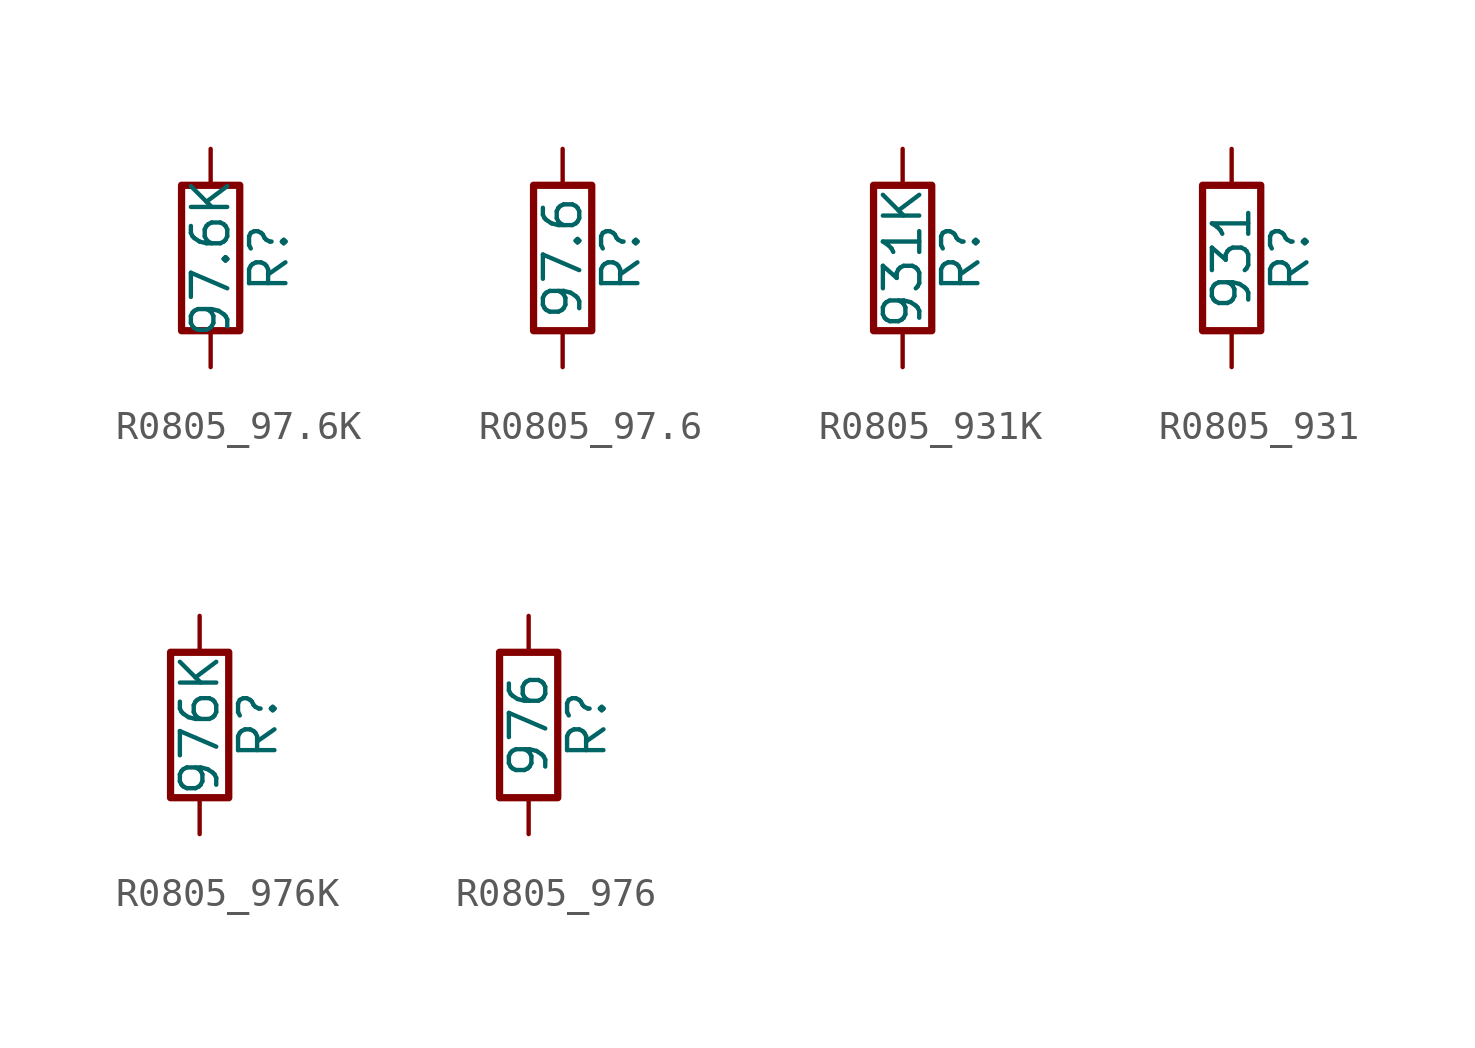
<source format=kicad_sym>
(kicad_symbol_lib
  (version 20211014)
  (generator atlantix-eda)
  (symbol "R0805_97.6K"
    (pin_numbers hide)
    (pin_names
      (offset 0))
    (property "Reference" "R"
      (at 2.032 0 90)
      (effects (font (size 1.27 1.27))))
    (property "Value" "97.6K"
      (at 0 0 90)
      (effects (font (size 1.27 1.27))))
    (symbol "R0805_97.6K_0_1"
      (rectangle (start -1.016 -2.54) (end 1.016 2.54) (stroke (width 0.254) (type default) (color 0 0 0 0)) (fill (type none))))
    (symbol "R0805_97.6K_1_1"
      (pin passive line (at 0 3.81 270) (length 1.27) (name "~" (effects (font (size 1.27 1.27)))) (number "1" (effects (font (size 1.27 1.27)))))
      (pin passive line (at 0 -3.81 90) (length 1.27) (name "~" (effects (font (size 1.27 1.27)))) (number "2" (effects (font (size 1.27 1.27)))))))
  (symbol "R0805_97.6"
    (pin_numbers hide)
    (pin_names
      (offset 0))
    (property "Reference" "R"
      (at 2.032 0 90)
      (effects (font (size 1.27 1.27))))
    (property "Value" "97.6"
      (at 0 0 90)
      (effects (font (size 1.27 1.27))))
    (symbol "R0805_97.6_0_1"
      (rectangle (start -1.016 -2.54) (end 1.016 2.54) (stroke (width 0.254) (type default) (color 0 0 0 0)) (fill (type none))))
    (symbol "R0805_97.6_1_1"
      (pin passive line (at 0 3.81 270) (length 1.27) (name "~" (effects (font (size 1.27 1.27)))) (number "1" (effects (font (size 1.27 1.27)))))
      (pin passive line (at 0 -3.81 90) (length 1.27) (name "~" (effects (font (size 1.27 1.27)))) (number "2" (effects (font (size 1.27 1.27)))))))
  (symbol "R0805_931K"
    (pin_numbers hide)
    (pin_names
      (offset 0))
    (property "Reference" "R"
      (at 2.032 0 90)
      (effects (font (size 1.27 1.27))))
    (property "Value" "931K"
      (at 0 0 90)
      (effects (font (size 1.27 1.27))))
    (symbol "R0805_931K_0_1"
      (rectangle (start -1.016 -2.54) (end 1.016 2.54) (stroke (width 0.254) (type default) (color 0 0 0 0)) (fill (type none))))
    (symbol "R0805_931K_1_1"
      (pin passive line (at 0 3.81 270) (length 1.27) (name "~" (effects (font (size 1.27 1.27)))) (number "1" (effects (font (size 1.27 1.27)))))
      (pin passive line (at 0 -3.81 90) (length 1.27) (name "~" (effects (font (size 1.27 1.27)))) (number "2" (effects (font (size 1.27 1.27)))))))
  (symbol "R0805_931"
    (pin_numbers hide)
    (pin_names
      (offset 0))
    (property "Reference" "R"
      (at 2.032 0 90)
      (effects (font (size 1.27 1.27))))
    (property "Value" "931"
      (at 0 0 90)
      (effects (font (size 1.27 1.27))))
    (symbol "R0805_931_0_1"
      (rectangle (start -1.016 -2.54) (end 1.016 2.54) (stroke (width 0.254) (type default) (color 0 0 0 0)) (fill (type none))))
    (symbol "R0805_931_1_1"
      (pin passive line (at 0 3.81 270) (length 1.27) (name "~" (effects (font (size 1.27 1.27)))) (number "1" (effects (font (size 1.27 1.27)))))
      (pin passive line (at 0 -3.81 90) (length 1.27) (name "~" (effects (font (size 1.27 1.27)))) (number "2" (effects (font (size 1.27 1.27)))))))
  (symbol "R0805_976K"
    (pin_numbers hide)
    (pin_names
      (offset 0))
    (property "Reference" "R"
      (at 2.032 0 90)
      (effects (font (size 1.27 1.27))))
    (property "Value" "976K"
      (at 0 0 90)
      (effects (font (size 1.27 1.27))))
    (symbol "R0805_976K_0_1"
      (rectangle (start -1.016 -2.54) (end 1.016 2.54) (stroke (width 0.254) (type default) (color 0 0 0 0)) (fill (type none))))
    (symbol "R0805_976K_1_1"
      (pin passive line (at 0 3.81 270) (length 1.27) (name "~" (effects (font (size 1.27 1.27)))) (number "1" (effects (font (size 1.27 1.27)))))
      (pin passive line (at 0 -3.81 90) (length 1.27) (name "~" (effects (font (size 1.27 1.27)))) (number "2" (effects (font (size 1.27 1.27)))))))
  (symbol "R0805_976"
    (pin_numbers hide)
    (pin_names
      (offset 0))
    (property "Reference" "R"
      (at 2.032 0 90)
      (effects (font (size 1.27 1.27))))
    (property "Value" "976"
      (at 0 0 90)
      (effects (font (size 1.27 1.27))))
    (symbol "R0805_976_0_1"
      (rectangle (start -1.016 -2.54) (end 1.016 2.54) (stroke (width 0.254) (type default) (color 0 0 0 0)) (fill (type none))))
    (symbol "R0805_976_1_1"
      (pin passive line (at 0 3.81 270) (length 1.27) (name "~" (effects (font (size 1.27 1.27)))) (number "1" (effects (font (size 1.27 1.27)))))
      (pin passive line (at 0 -3.81 90) (length 1.27) (name "~" (effects (font (size 1.27 1.27)))) (number "2" (effects (font (size 1.27 1.27))))))))
</source>
